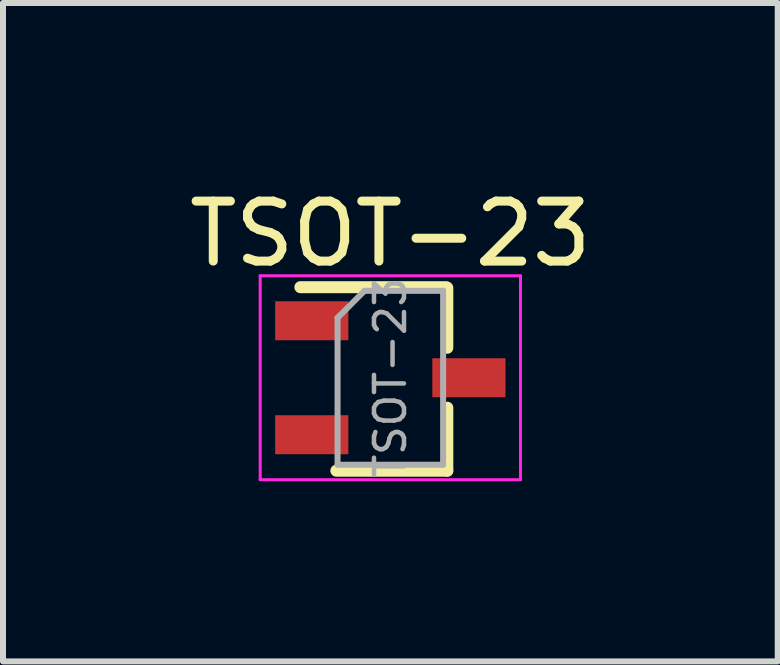
<source format=kicad_pcb>
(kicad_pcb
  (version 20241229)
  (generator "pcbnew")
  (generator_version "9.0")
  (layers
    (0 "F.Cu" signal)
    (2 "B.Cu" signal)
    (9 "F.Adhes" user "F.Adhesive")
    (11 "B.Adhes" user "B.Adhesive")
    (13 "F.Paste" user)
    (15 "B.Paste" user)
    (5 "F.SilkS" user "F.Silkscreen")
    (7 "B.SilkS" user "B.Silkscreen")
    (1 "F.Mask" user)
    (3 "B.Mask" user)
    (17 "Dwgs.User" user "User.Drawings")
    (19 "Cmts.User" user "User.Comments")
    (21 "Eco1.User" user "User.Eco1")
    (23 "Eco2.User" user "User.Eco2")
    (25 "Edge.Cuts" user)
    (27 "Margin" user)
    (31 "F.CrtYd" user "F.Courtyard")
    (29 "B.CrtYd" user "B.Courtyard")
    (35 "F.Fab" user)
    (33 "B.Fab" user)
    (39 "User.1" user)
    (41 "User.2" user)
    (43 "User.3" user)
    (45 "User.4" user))
  (footprint "TSOT-23"
    (layer "F.Cu")
    (at 3.458 3.248)
    (property "Reference" "TSOT-23" (at 0 -2.4 0) (layer "F.SilkS") (effects (font (size 1 1) (thickness 0.15))))
    (attr smd)
    (fp_line (start 0.93 -1.51) (end -1.5 -1.51) (stroke (width 0.2) (type solid)) (layer "F.SilkS"))
    (fp_line (start 0.95 -1.5) (end 0.95 -0.5) (stroke (width 0.2) (type solid)) (layer "F.SilkS"))
    (fp_line (start 0.95 0.5) (end 0.95 1.55) (stroke (width 0.2) (type solid)) (layer "F.SilkS"))
    (fp_line (start 0.95 1.55) (end -0.9 1.55) (stroke (width 0.2) (type solid)) (layer "F.SilkS"))
    (fp_line (start -2.17 -1.7) (end -2.17 1.7) (stroke (width 0.05) (type solid)) (layer "F.CrtYd"))
    (fp_line (start -2.17 -1.7) (end 2.17 -1.7) (stroke (width 0.05) (type solid)) (layer "F.CrtYd"))
    (fp_line (start 2.17 1.7) (end -2.17 1.7) (stroke (width 0.05) (type solid)) (layer "F.CrtYd"))
    (fp_line (start 2.17 1.7) (end 2.17 -1.7) (stroke (width 0.05) (type solid)) (layer "F.CrtYd"))
    (fp_line (start -0.88 -1) (end -0.88 1.45) (stroke (width 0.1) (type solid)) (layer "F.Fab"))
    (fp_line (start -0.88 -1) (end -0.43 -1.45) (stroke (width 0.1) (type solid)) (layer "F.Fab"))
    (fp_line (start 0.88 -1.45) (end -0.43 -1.45) (stroke (width 0.1) (type solid)) (layer "F.Fab"))
    (fp_line (start 0.88 -1.45) (end 0.88 1.45) (stroke (width 0.1) (type solid)) (layer "F.Fab"))
    (fp_line (start 0.88 1.45) (end -0.88 1.45) (stroke (width 0.1) (type solid)) (layer "F.Fab"))
    (fp_text user "${REFERENCE}" (at 0 0 90) (layer "F.Fab") (effects (font (size 0.5 0.5) (thickness 0.075))))
    (pad "1" smd rect (at -1.31 -0.95) (size 1.22 0.65) (layers "F.Cu" "F.Mask" "F.Paste"))
    (pad "2" smd rect (at -1.31 0.95) (size 1.22 0.65) (layers "F.Cu" "F.Mask" "F.Paste"))
    (pad "3" smd rect (at 1.31 0) (size 1.22 0.65) (layers "F.Cu" "F.Mask" "F.Paste")))
  (gr_rect
    (start -3 -3)
    (end 9.917 7.977)
    (stroke (width 0.1) (type default))
    (fill no)
    (layer "Edge.Cuts")))
</source>
